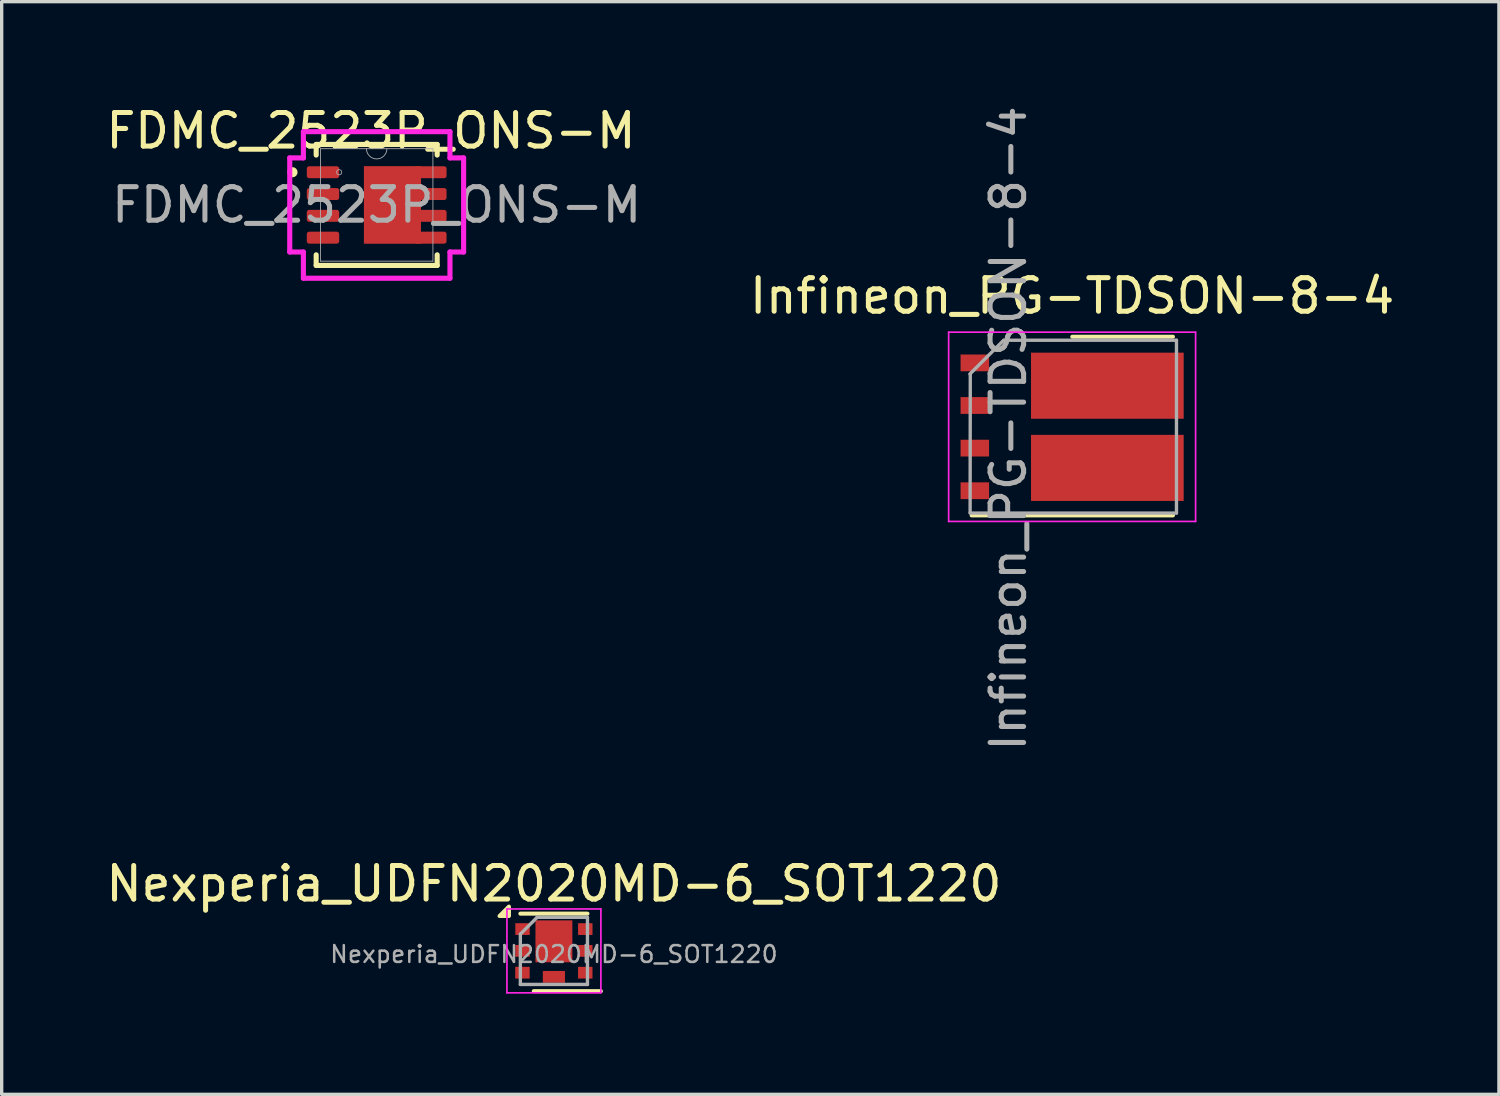
<source format=kicad_pcb>
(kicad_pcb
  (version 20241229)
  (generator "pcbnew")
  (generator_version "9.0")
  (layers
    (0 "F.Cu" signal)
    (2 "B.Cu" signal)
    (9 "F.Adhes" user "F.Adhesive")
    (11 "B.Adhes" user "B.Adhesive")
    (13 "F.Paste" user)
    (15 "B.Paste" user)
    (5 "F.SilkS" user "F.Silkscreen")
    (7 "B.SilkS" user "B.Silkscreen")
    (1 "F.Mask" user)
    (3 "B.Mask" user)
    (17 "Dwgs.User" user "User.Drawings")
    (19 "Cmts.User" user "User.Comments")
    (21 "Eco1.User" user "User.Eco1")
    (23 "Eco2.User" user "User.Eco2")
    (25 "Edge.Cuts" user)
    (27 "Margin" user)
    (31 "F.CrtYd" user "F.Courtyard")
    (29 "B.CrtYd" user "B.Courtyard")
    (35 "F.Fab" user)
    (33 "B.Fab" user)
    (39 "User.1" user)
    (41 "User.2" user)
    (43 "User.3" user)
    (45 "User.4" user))
  (footprint "Nexperia_UDFN2020MD-6_SOT1220"
    (layer "F.Cu")
    (at 13.458 25.289)
    (property "Reference" "Nexperia_UDFN2020MD-6_SOT1220" (at 0 -2 0) (layer "F.SilkS") (effects (font (size 1 1) (thickness 0.15))))
    (attr smd)
    (fp_line (start 1 -1.11) (end -1 -1.11) (stroke (width 0.12) (type solid)) (layer "F.SilkS"))
    (fp_line (start 1.4 1.2) (end -0.6 1.2) (stroke (width 0.12) (type solid)) (layer "F.SilkS"))
    (fp_poly (pts (xy -1.34 -1.04) (xy -1.62 -1.04) (xy -1.34 -1.32) (xy -1.34 -1.04)) (stroke (width 0.12) (type solid)) (fill yes) (layer "F.SilkS"))
    (fp_line (start -1.4 -1.25) (end -1.4 1.25) (stroke (width 0.05) (type solid)) (layer "F.CrtYd"))
    (fp_line (start -1.4 1.25) (end 1.4 1.25) (stroke (width 0.05) (type solid)) (layer "F.CrtYd"))
    (fp_line (start 1.4 -1.25) (end -1.4 -1.25) (stroke (width 0.05) (type solid)) (layer "F.CrtYd"))
    (fp_line (start 1.4 1.25) (end 1.4 -1.25) (stroke (width 0.05) (type solid)) (layer "F.CrtYd"))
    (fp_line (start -1 1) (end -1 -0.5) (stroke (width 0.1) (type solid)) (layer "F.Fab"))
    (fp_line (start -0.5 -1) (end -1 -0.5) (stroke (width 0.1) (type solid)) (layer "F.Fab"))
    (fp_line (start -0.5 -1) (end 1 -1) (stroke (width 0.1) (type solid)) (layer "F.Fab"))
    (fp_line (start 1 -1) (end 1 1) (stroke (width 0.1) (type solid)) (layer "F.Fab"))
    (fp_line (start 1 1) (end -1 1) (stroke (width 0.1) (type solid)) (layer "F.Fab"))
    (fp_text user "${REFERENCE}" (at 0 0.1 0) (layer "F.Fab") (effects (font (size 0.5 0.5) (thickness 0.075))))
    (pad "1" smd rect (at -0.935 -0.65) (size 0.43 0.35) (layers "F.Cu" "F.Mask" "F.Paste"))
    (pad "2" smd rect (at -0.935 0) (size 0.43 0.35) (layers "F.Cu" "F.Mask" "F.Paste"))
    (pad "3" smd rect (at -0.938 0.65) (size 0.43 0.35) (layers "F.Cu" "F.Mask" "F.Paste"))
    (pad "4" smd rect (at 0.935 0.65) (size 0.43 0.35) (layers "F.Cu" "F.Mask" "F.Paste"))
    (pad "5" smd rect (at 0.935 0) (size 0.43 0.35) (layers "F.Cu" "F.Mask" "F.Paste"))
    (pad "6" smd rect (at 0.935 -0.65) (size 0.43 0.35) (layers "F.Cu" "F.Mask" "F.Paste"))
    (pad "7" smd rect (at 0 -0.285) (size 1.1 1.25) (layers "F.Cu" "F.Mask" "F.Paste"))
    (pad "8" smd rect (at 0 0.775) (size 0.66 0.35) (layers "F.Cu" "F.Mask" "F.Paste")))
  (footprint "FDMC_2523P_ONS-M"
    (layer "F.Cu")
    (at 8.176 3.058)
    (property "Reference" "FDMC_2523P_ONS-M" (at -0.17 -2.21 0) (unlocked yes) (layer "F.SilkS") (effects (font (size 1 1) (thickness 0.15))))
    (attr smd)
    (fp_poly (pts (xy 1.321 -1.156) (xy -0.381 -1.156) (xy -0.381 1.156) (xy 1.321 1.156)) (stroke (width 0) (type solid)) (fill yes) (layer "F.Cu"))
    (fp_poly (pts (xy 1.321 -1.156) (xy -0.381 -1.156) (xy -0.381 1.156) (xy 1.321 1.156)) (stroke (width 0) (type solid)) (fill yes) (layer "F.Mask"))
    (fp_line (start -1.803 -1.803) (end -1.803 -1.486) (stroke (width 0.152) (type solid)) (layer "F.SilkS"))
    (fp_line (start -1.803 1.486) (end -1.803 1.803) (stroke (width 0.152) (type solid)) (layer "F.SilkS"))
    (fp_line (start -1.803 1.803) (end 1.803 1.803) (stroke (width 0.152) (type solid)) (layer "F.SilkS"))
    (fp_line (start 1.803 -1.803) (end -1.803 -1.803) (stroke (width 0.152) (type solid)) (layer "F.SilkS"))
    (fp_line (start 1.803 -1.486) (end 1.803 -1.803) (stroke (width 0.152) (type solid)) (layer "F.SilkS"))
    (fp_line (start 1.803 1.803) (end 1.803 1.486) (stroke (width 0.152) (type solid)) (layer "F.SilkS"))
    (fp_circle (center -2.509 -0.975) (end -2.433 -0.975) (stroke (width 0.152) (type solid)) (fill no) (layer "F.SilkS"))
    (fp_poly (pts (xy 1.321 -1.156) (xy -0.381 -1.156) (xy -0.381 1.156) (xy 1.321 1.156)) (stroke (width 0) (type solid)) (fill yes) (layer "F.Paste"))
    (fp_line (start -2.591 -1.402) (end -2.184 -1.402) (stroke (width 0.152) (type solid)) (layer "F.CrtYd"))
    (fp_line (start -2.591 1.402) (end -2.591 -1.402) (stroke (width 0.152) (type solid)) (layer "F.CrtYd"))
    (fp_line (start -2.591 1.402) (end -2.184 1.402) (stroke (width 0.152) (type solid)) (layer "F.CrtYd"))
    (fp_line (start -2.184 -2.184) (end 2.184 -2.184) (stroke (width 0.152) (type solid)) (layer "F.CrtYd"))
    (fp_line (start -2.184 -1.402) (end -2.184 -2.184) (stroke (width 0.152) (type solid)) (layer "F.CrtYd"))
    (fp_line (start -2.184 2.184) (end -2.184 1.402) (stroke (width 0.152) (type solid)) (layer "F.CrtYd"))
    (fp_line (start 2.184 -2.184) (end 2.184 -1.402) (stroke (width 0.152) (type solid)) (layer "F.CrtYd"))
    (fp_line (start 2.184 1.402) (end 2.184 2.184) (stroke (width 0.152) (type solid)) (layer "F.CrtYd"))
    (fp_line (start 2.184 2.184) (end -2.184 2.184) (stroke (width 0.152) (type solid)) (layer "F.CrtYd"))
    (fp_line (start 2.591 -1.402) (end 2.184 -1.402) (stroke (width 0.152) (type solid)) (layer "F.CrtYd"))
    (fp_line (start 2.591 -1.402) (end 2.591 1.402) (stroke (width 0.152) (type solid)) (layer "F.CrtYd"))
    (fp_line (start 2.591 1.402) (end 2.184 1.402) (stroke (width 0.152) (type solid)) (layer "F.CrtYd"))
    (fp_line (start -1.676 -1.676) (end -1.676 1.676) (stroke (width 0.025) (type solid)) (layer "F.Fab"))
    (fp_line (start -1.676 1.676) (end 1.676 1.676) (stroke (width 0.025) (type solid)) (layer "F.Fab"))
    (fp_line (start 1.676 -1.676) (end -1.676 -1.676) (stroke (width 0.025) (type solid)) (layer "F.Fab"))
    (fp_line (start 1.676 1.676) (end 1.676 -1.676) (stroke (width 0.025) (type solid)) (layer "F.Fab"))
    (fp_arc (start 0.3048 -1.6764) (mid 0 -1.3716) (end -0.3048 -1.6764) (stroke (width 0.0254) (type solid)) (layer "F.Fab"))
    (fp_circle (center -1.118 -0.975) (end -1.041 -0.975) (stroke (width 0.025) (type solid)) (fill no) (layer "F.Fab"))
    (fp_text user "${REFERENCE}" (at 0 0 0) (unlocked yes) (layer "F.Fab") (effects (font (size 1 1) (thickness 0.15))))
    (pad "1" smd roundrect (at -1.6 -0.975) (size 0.965 0.356) (layers "F.Cu" "F.Mask" "F.Paste") (roundrect_rratio 0.2))
    (pad "2" smd roundrect (at -1.6 -0.325) (size 0.965 0.356) (layers "F.Cu" "F.Mask" "F.Paste") (roundrect_rratio 0.2))
    (pad "3" smd roundrect (at -1.6 0.325) (size 0.965 0.356) (layers "F.Cu" "F.Mask" "F.Paste") (roundrect_rratio 0.2))
    (pad "4" smd roundrect (at -1.6 0.975) (size 0.965 0.356) (layers "F.Cu" "F.Mask" "F.Paste") (roundrect_rratio 0.2))
    (pad "5" smd roundrect (at 1.6 -0.975) (size 0.965 0.356) (layers "F.Cu" "F.Mask" "F.Paste") (roundrect_rratio 0.2))
    (pad "5" smd roundrect (at 1.6 -0.325) (size 0.965 0.356) (layers "F.Cu" "F.Mask" "F.Paste") (roundrect_rratio 0.2))
    (pad "5" smd roundrect (at 1.6 0.325) (size 0.965 0.356) (layers "F.Cu" "F.Mask" "F.Paste") (roundrect_rratio 0.2))
    (pad "5" smd roundrect (at 1.6 0.975) (size 0.965 0.356) (layers "F.Cu" "F.Mask" "F.Paste") (roundrect_rratio 0.2)))
  (footprint "Infineon_PG-TDSON-8-4"
    (layer "F.Cu")
    (at 28.902 9.67)
    (property "Reference" "Infineon_PG-TDSON-8-4" (at 0 -3.9 0) (layer "F.SilkS") (effects (font (size 1 1) (thickness 0.15))))
    (attr smd)
    (fp_line (start 3.005 -2.685) (end 0.005 -2.685) (stroke (width 0.12) (type solid)) (layer "F.SilkS"))
    (fp_line (start 3.005 2.64) (end -2.995 2.64) (stroke (width 0.12) (type solid)) (layer "F.SilkS"))
    (fp_line (start -3.68 -2.82) (end 3.68 -2.82) (stroke (width 0.05) (type solid)) (layer "F.CrtYd"))
    (fp_line (start -3.68 2.82) (end -3.68 -2.82) (stroke (width 0.05) (type solid)) (layer "F.CrtYd"))
    (fp_line (start 3.68 -2.82) (end 3.68 2.82) (stroke (width 0.05) (type solid)) (layer "F.CrtYd"))
    (fp_line (start 3.68 2.82) (end -3.68 2.82) (stroke (width 0.05) (type solid)) (layer "F.CrtYd"))
    (fp_line (start -3.035 -1.57) (end -3.04 2.56) (stroke (width 0.1) (type solid)) (layer "F.Fab"))
    (fp_line (start -2.045 -2.575) (end -3.045 -1.575) (stroke (width 0.1) (type solid)) (layer "F.Fab"))
    (fp_line (start -2.04 -2.58) (end 3.11 -2.58) (stroke (width 0.1) (type solid)) (layer "F.Fab"))
    (fp_line (start 3.11 -2.58) (end 3.11 2.57) (stroke (width 0.1) (type solid)) (layer "F.Fab"))
    (fp_line (start 3.11 2.57) (end -3.04 2.57) (stroke (width 0.1) (type solid)) (layer "F.Fab"))
    (fp_text user "${REFERENCE}" (at -1.9 0.05 90) (layer "F.Fab") (effects (font (size 1 1) (thickness 0.15))))
    (pad "" smd rect (at -0.2 -1.22) (size 1.5 1.4) (layers "F.Paste"))
    (pad "" smd rect (at -0.2 1.22) (size 1.5 1.4) (layers "F.Paste"))
    (pad "" smd custom (at 0 0) (size 0.001 0.001) (layers "F.Mask") (options (anchor rect)) (primitives (gr_poly (pts (xy -1.225 2.205) (xy -1.22 0.235) (xy 2.525 0.235) (xy 2.525 0.335) (xy 3.325 0.335) (xy 3.325 0.935) (xy 2.525 0.935) (xy 2.525 1.605) (xy 3.325 1.605) (xy 3.325 2.205)) (width 0.01) (fill yes))))
    (pad "" smd custom (at 0 0) (size 0.001 0.001) (layers "F.Mask") (options (anchor rect)) (primitives (gr_poly (pts (xy -1.225 -2.205) (xy -1.22 -0.235) (xy 2.525 -0.235) (xy 2.525 -0.335) (xy 3.325 -0.335) (xy 3.325 -0.935) (xy 2.525 -0.935) (xy 2.525 -1.605) (xy 3.325 -1.605) (xy 3.325 -2.205)) (width 0.01) (fill yes))))
    (pad "" smd rect (at 1.5 -1.22) (size 1.5 1.4) (layers "F.Paste"))
    (pad "" smd rect (at 1.5 1.22) (size 1.5 1.4) (layers "F.Paste"))
    (pad "" smd rect (at 2.9 -1.905) (size 0.75 0.5) (layers "F.Paste"))
    (pad "" smd rect (at 2.9 -0.635) (size 0.75 0.5) (layers "F.Paste"))
    (pad "" smd rect (at 2.9 0.635) (size 0.75 0.5) (layers "F.Paste"))
    (pad "" smd rect (at 2.9 1.905) (size 0.75 0.5) (layers "F.Paste"))
    (pad "1" smd rect (at -2.9 -1.905) (size 0.85 0.5) (layers "F.Cu" "F.Mask" "F.Paste"))
    (pad "2" smd rect (at -2.9 -0.635) (size 0.85 0.5) (layers "F.Cu" "F.Mask" "F.Paste"))
    (pad "3" smd rect (at -2.9 0.635) (size 0.85 0.5) (layers "F.Cu" "F.Mask" "F.Paste"))
    (pad "4" smd rect (at -2.9 1.905) (size 0.85 0.5) (layers "F.Cu" "F.Mask" "F.Paste"))
    (pad "5" smd rect (at 1.05 1.225) (size 4.55 1.97) (layers "F.Cu"))
    (pad "6" smd rect (at 1.05 -1.225) (size 4.55 1.97) (layers "F.Cu")))
  (gr_rect
    (start -3 -3)
    (end 41.622 29.564)
    (stroke (width 0.1) (type default))
    (fill no)
    (layer "Edge.Cuts")))
</source>
